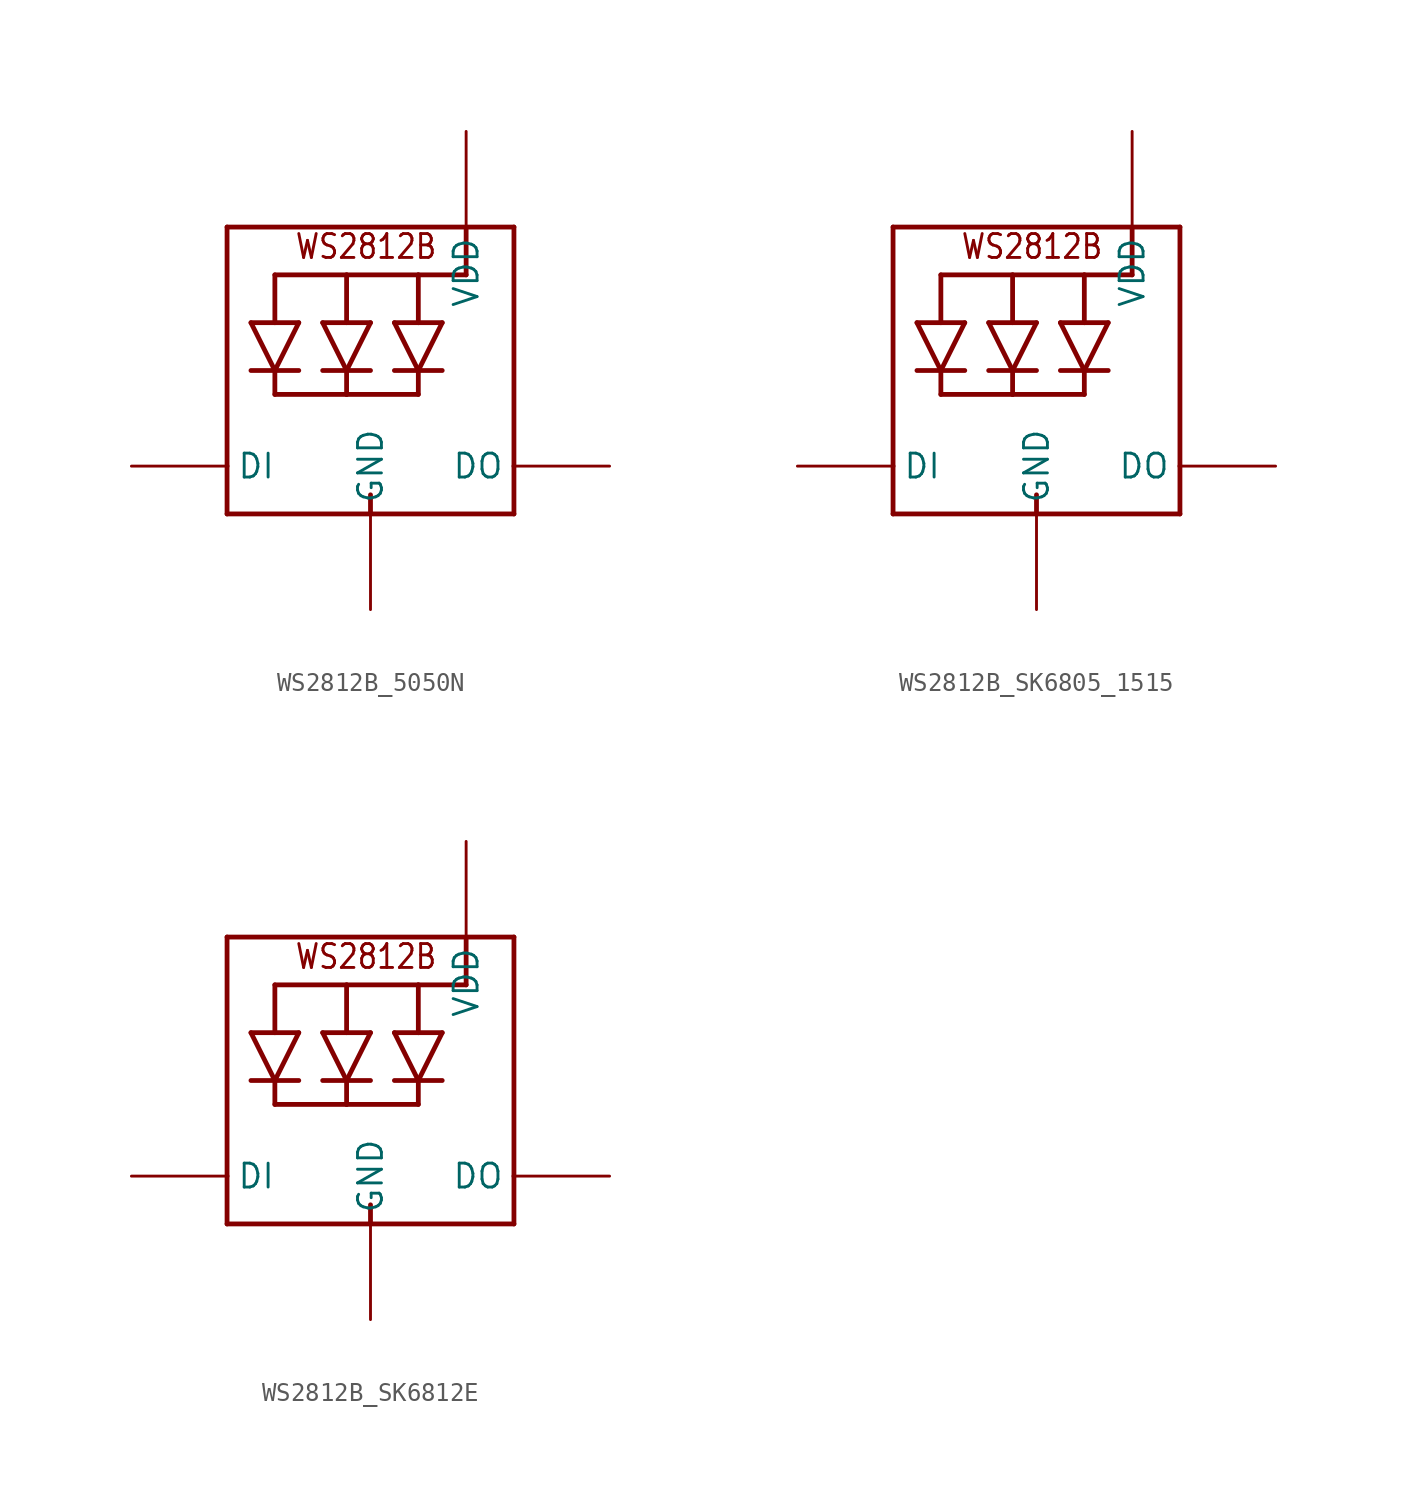
<source format=kicad_sym>
(kicad_symbol_lib
  (version 20211014)
  (generator kicad_symbol_editor)
  (symbol "WS2812B_5050N"
    (property "Reference" "LED"
      (at 0 0 0)
      (effects (font (size 1.27 1.27)) hide))
    (property "ki_locked" ""
      (at 0 0 0)
      (effects (font (size 1.27 1.27))))
    (symbol "WS2812B_5050N_1_0"
      (polyline (pts (xy -7.62 -5.08) (xy 0 -5.08)) (stroke (width 0.254) (type default) (color 0 0 0 0)) (fill (type none)))
      (polyline (pts (xy -7.62 -2.54) (xy -7.62 -5.08)) (stroke (width 0.254) (type default) (color 0 0 0 0)) (fill (type none)))
      (polyline (pts (xy -7.62 10.16) (xy -7.62 -2.54)) (stroke (width 0.254) (type default) (color 0 0 0 0)) (fill (type none)))
      (polyline (pts (xy -6.35 2.54) (xy -5.08 2.54)) (stroke (width 0.254) (type default) (color 0 0 0 0)) (fill (type none)))
      (polyline (pts (xy -6.35 5.08) (xy -5.08 5.08)) (stroke (width 0.254) (type default) (color 0 0 0 0)) (fill (type none)))
      (polyline (pts (xy -5.08 2.54) (xy -6.35 5.08)) (stroke (width 0.254) (type default) (color 0 0 0 0)) (fill (type none)))
      (polyline (pts (xy -5.08 2.54) (xy -5.08 1.27)) (stroke (width 0.254) (type default) (color 0 0 0 0)) (fill (type none)))
      (polyline (pts (xy -5.08 2.54) (xy -3.81 5.08)) (stroke (width 0.254) (type default) (color 0 0 0 0)) (fill (type none)))
      (polyline (pts (xy -5.08 5.08) (xy -3.81 5.08)) (stroke (width 0.254) (type default) (color 0 0 0 0)) (fill (type none)))
      (polyline (pts (xy -5.08 7.62) (xy -5.08 5.08)) (stroke (width 0.254) (type default) (color 0 0 0 0)) (fill (type none)))
      (polyline (pts (xy -3.81 2.54) (xy -5.08 2.54)) (stroke (width 0.254) (type default) (color 0 0 0 0)) (fill (type none)))
      (polyline (pts (xy -2.54 2.54) (xy -1.27 2.54)) (stroke (width 0.254) (type default) (color 0 0 0 0)) (fill (type none)))
      (polyline (pts (xy -2.54 5.08) (xy 0 5.08)) (stroke (width 0.254) (type default) (color 0 0 0 0)) (fill (type none)))
      (polyline (pts (xy -1.27 1.27) (xy -5.08 1.27)) (stroke (width 0.254) (type default) (color 0 0 0 0)) (fill (type none)))
      (polyline (pts (xy -1.27 2.54) (xy -2.54 5.08)) (stroke (width 0.254) (type default) (color 0 0 0 0)) (fill (type none)))
      (polyline (pts (xy -1.27 2.54) (xy -1.27 1.27)) (stroke (width 0.254) (type default) (color 0 0 0 0)) (fill (type none)))
      (polyline (pts (xy -1.27 2.54) (xy 0 2.54)) (stroke (width 0.254) (type default) (color 0 0 0 0)) (fill (type none)))
      (polyline (pts (xy -1.27 5.08) (xy -1.27 7.62)) (stroke (width 0.254) (type default) (color 0 0 0 0)) (fill (type none)))
      (polyline (pts (xy -1.27 7.62) (xy -5.08 7.62)) (stroke (width 0.254) (type default) (color 0 0 0 0)) (fill (type none)))
      (polyline (pts (xy 0 -5.08) (xy 7.62 -5.08)) (stroke (width 0.254) (type default) (color 0 0 0 0)) (fill (type none)))
      (polyline (pts (xy 0 -4.064) (xy 0 -5.08)) (stroke (width 0.254) (type default) (color 0 0 0 0)) (fill (type none)))
      (polyline (pts (xy 0 5.08) (xy -1.27 2.54)) (stroke (width 0.254) (type default) (color 0 0 0 0)) (fill (type none)))
      (polyline (pts (xy 1.27 5.08) (xy 2.54 2.54)) (stroke (width 0.254) (type default) (color 0 0 0 0)) (fill (type none)))
      (polyline (pts (xy 1.27 5.08) (xy 2.54 5.08)) (stroke (width 0.254) (type default) (color 0 0 0 0)) (fill (type none)))
      (polyline (pts (xy 2.54 1.27) (xy -1.27 1.27)) (stroke (width 0.254) (type default) (color 0 0 0 0)) (fill (type none)))
      (polyline (pts (xy 2.54 2.54) (xy 1.27 2.54)) (stroke (width 0.254) (type default) (color 0 0 0 0)) (fill (type none)))
      (polyline (pts (xy 2.54 2.54) (xy 2.54 1.27)) (stroke (width 0.254) (type default) (color 0 0 0 0)) (fill (type none)))
      (polyline (pts (xy 2.54 2.54) (xy 3.81 2.54)) (stroke (width 0.254) (type default) (color 0 0 0 0)) (fill (type none)))
      (polyline (pts (xy 2.54 2.54) (xy 3.81 5.08)) (stroke (width 0.254) (type default) (color 0 0 0 0)) (fill (type none)))
      (polyline (pts (xy 2.54 5.08) (xy 2.54 7.62)) (stroke (width 0.254) (type default) (color 0 0 0 0)) (fill (type none)))
      (polyline (pts (xy 2.54 7.62) (xy -1.27 7.62)) (stroke (width 0.254) (type default) (color 0 0 0 0)) (fill (type none)))
      (polyline (pts (xy 2.54 7.62) (xy 5.08 7.62)) (stroke (width 0.254) (type default) (color 0 0 0 0)) (fill (type none)))
      (polyline (pts (xy 3.81 5.08) (xy 2.54 5.08)) (stroke (width 0.254) (type default) (color 0 0 0 0)) (fill (type none)))
      (polyline (pts (xy 5.08 10.16) (xy -7.62 10.16)) (stroke (width 0.254) (type default) (color 0 0 0 0)) (fill (type none)))
      (polyline (pts (xy 5.08 10.16) (xy 5.08 7.62)) (stroke (width 0.254) (type default) (color 0 0 0 0)) (fill (type none)))
      (polyline (pts (xy 7.62 -5.08) (xy 7.62 -2.54)) (stroke (width 0.254) (type default) (color 0 0 0 0)) (fill (type none)))
      (polyline (pts (xy 7.62 -2.54) (xy 7.62 10.16)) (stroke (width 0.254) (type default) (color 0 0 0 0)) (fill (type none)))
      (polyline (pts (xy 7.62 10.16) (xy 5.08 10.16)) (stroke (width 0.254) (type default) (color 0 0 0 0)) (fill (type none)))
      (text "WS2812B" (at -4.064 8.382 0) (effects (font (size 1.27 1.079)) (justify left bottom)))
      (pin power_in line (at 5.08 15.24 270) (length 5.08) (name "VDD" (effects (font (size 1.27 1.27)))) (number "1-VDD" (effects (font (size 0 0)))))
      (pin output line (at 12.7 -2.54 180) (length 5.08) (name "DO" (effects (font (size 1.27 1.27)))) (number "2-DOUT" (effects (font (size 0 0)))))
      (pin power_in line (at 0 -10.16 90) (length 5.08) (name "GND" (effects (font (size 1.27 1.27)))) (number "3-GND" (effects (font (size 0 0)))))
      (pin input line (at -12.7 -2.54 0) (length 5.08) (name "DI" (effects (font (size 1.27 1.27)))) (number "4-DIN" (effects (font (size 0 0)))))))
  (symbol "WS2812B_SK6805_1515"
    (property "Reference" "LED"
      (at 0 0 0)
      (effects (font (size 1.27 1.27)) hide))
    (property "ki_locked" ""
      (at 0 0 0)
      (effects (font (size 1.27 1.27))))
    (symbol "WS2812B_SK6805_1515_1_0"
      (polyline (pts (xy -7.62 -5.08) (xy 0 -5.08)) (stroke (width 0.254) (type default) (color 0 0 0 0)) (fill (type none)))
      (polyline (pts (xy -7.62 -2.54) (xy -7.62 -5.08)) (stroke (width 0.254) (type default) (color 0 0 0 0)) (fill (type none)))
      (polyline (pts (xy -7.62 10.16) (xy -7.62 -2.54)) (stroke (width 0.254) (type default) (color 0 0 0 0)) (fill (type none)))
      (polyline (pts (xy -6.35 2.54) (xy -5.08 2.54)) (stroke (width 0.254) (type default) (color 0 0 0 0)) (fill (type none)))
      (polyline (pts (xy -6.35 5.08) (xy -5.08 5.08)) (stroke (width 0.254) (type default) (color 0 0 0 0)) (fill (type none)))
      (polyline (pts (xy -5.08 2.54) (xy -6.35 5.08)) (stroke (width 0.254) (type default) (color 0 0 0 0)) (fill (type none)))
      (polyline (pts (xy -5.08 2.54) (xy -5.08 1.27)) (stroke (width 0.254) (type default) (color 0 0 0 0)) (fill (type none)))
      (polyline (pts (xy -5.08 2.54) (xy -3.81 5.08)) (stroke (width 0.254) (type default) (color 0 0 0 0)) (fill (type none)))
      (polyline (pts (xy -5.08 5.08) (xy -3.81 5.08)) (stroke (width 0.254) (type default) (color 0 0 0 0)) (fill (type none)))
      (polyline (pts (xy -5.08 7.62) (xy -5.08 5.08)) (stroke (width 0.254) (type default) (color 0 0 0 0)) (fill (type none)))
      (polyline (pts (xy -3.81 2.54) (xy -5.08 2.54)) (stroke (width 0.254) (type default) (color 0 0 0 0)) (fill (type none)))
      (polyline (pts (xy -2.54 2.54) (xy -1.27 2.54)) (stroke (width 0.254) (type default) (color 0 0 0 0)) (fill (type none)))
      (polyline (pts (xy -2.54 5.08) (xy 0 5.08)) (stroke (width 0.254) (type default) (color 0 0 0 0)) (fill (type none)))
      (polyline (pts (xy -1.27 1.27) (xy -5.08 1.27)) (stroke (width 0.254) (type default) (color 0 0 0 0)) (fill (type none)))
      (polyline (pts (xy -1.27 2.54) (xy -2.54 5.08)) (stroke (width 0.254) (type default) (color 0 0 0 0)) (fill (type none)))
      (polyline (pts (xy -1.27 2.54) (xy -1.27 1.27)) (stroke (width 0.254) (type default) (color 0 0 0 0)) (fill (type none)))
      (polyline (pts (xy -1.27 2.54) (xy 0 2.54)) (stroke (width 0.254) (type default) (color 0 0 0 0)) (fill (type none)))
      (polyline (pts (xy -1.27 5.08) (xy -1.27 7.62)) (stroke (width 0.254) (type default) (color 0 0 0 0)) (fill (type none)))
      (polyline (pts (xy -1.27 7.62) (xy -5.08 7.62)) (stroke (width 0.254) (type default) (color 0 0 0 0)) (fill (type none)))
      (polyline (pts (xy 0 -5.08) (xy 7.62 -5.08)) (stroke (width 0.254) (type default) (color 0 0 0 0)) (fill (type none)))
      (polyline (pts (xy 0 -4.064) (xy 0 -5.08)) (stroke (width 0.254) (type default) (color 0 0 0 0)) (fill (type none)))
      (polyline (pts (xy 0 5.08) (xy -1.27 2.54)) (stroke (width 0.254) (type default) (color 0 0 0 0)) (fill (type none)))
      (polyline (pts (xy 1.27 5.08) (xy 2.54 2.54)) (stroke (width 0.254) (type default) (color 0 0 0 0)) (fill (type none)))
      (polyline (pts (xy 1.27 5.08) (xy 2.54 5.08)) (stroke (width 0.254) (type default) (color 0 0 0 0)) (fill (type none)))
      (polyline (pts (xy 2.54 1.27) (xy -1.27 1.27)) (stroke (width 0.254) (type default) (color 0 0 0 0)) (fill (type none)))
      (polyline (pts (xy 2.54 2.54) (xy 1.27 2.54)) (stroke (width 0.254) (type default) (color 0 0 0 0)) (fill (type none)))
      (polyline (pts (xy 2.54 2.54) (xy 2.54 1.27)) (stroke (width 0.254) (type default) (color 0 0 0 0)) (fill (type none)))
      (polyline (pts (xy 2.54 2.54) (xy 3.81 2.54)) (stroke (width 0.254) (type default) (color 0 0 0 0)) (fill (type none)))
      (polyline (pts (xy 2.54 2.54) (xy 3.81 5.08)) (stroke (width 0.254) (type default) (color 0 0 0 0)) (fill (type none)))
      (polyline (pts (xy 2.54 5.08) (xy 2.54 7.62)) (stroke (width 0.254) (type default) (color 0 0 0 0)) (fill (type none)))
      (polyline (pts (xy 2.54 7.62) (xy -1.27 7.62)) (stroke (width 0.254) (type default) (color 0 0 0 0)) (fill (type none)))
      (polyline (pts (xy 2.54 7.62) (xy 5.08 7.62)) (stroke (width 0.254) (type default) (color 0 0 0 0)) (fill (type none)))
      (polyline (pts (xy 3.81 5.08) (xy 2.54 5.08)) (stroke (width 0.254) (type default) (color 0 0 0 0)) (fill (type none)))
      (polyline (pts (xy 5.08 10.16) (xy -7.62 10.16)) (stroke (width 0.254) (type default) (color 0 0 0 0)) (fill (type none)))
      (polyline (pts (xy 5.08 10.16) (xy 5.08 7.62)) (stroke (width 0.254) (type default) (color 0 0 0 0)) (fill (type none)))
      (polyline (pts (xy 7.62 -5.08) (xy 7.62 -2.54)) (stroke (width 0.254) (type default) (color 0 0 0 0)) (fill (type none)))
      (polyline (pts (xy 7.62 -2.54) (xy 7.62 10.16)) (stroke (width 0.254) (type default) (color 0 0 0 0)) (fill (type none)))
      (polyline (pts (xy 7.62 10.16) (xy 5.08 10.16)) (stroke (width 0.254) (type default) (color 0 0 0 0)) (fill (type none)))
      (text "WS2812B" (at -4.064 8.382 0) (effects (font (size 1.27 1.079)) (justify left bottom)))
      (pin input line (at -12.7 -2.54 0) (length 5.08) (name "DI" (effects (font (size 1.27 1.27)))) (number "1" (effects (font (size 0 0)))))
      (pin power_in line (at 5.08 15.24 270) (length 5.08) (name "VDD" (effects (font (size 1.27 1.27)))) (number "2" (effects (font (size 0 0)))))
      (pin output line (at 12.7 -2.54 180) (length 5.08) (name "DO" (effects (font (size 1.27 1.27)))) (number "3" (effects (font (size 0 0)))))
      (pin power_in line (at 0 -10.16 90) (length 5.08) (name "GND" (effects (font (size 1.27 1.27)))) (number "4" (effects (font (size 0 0)))))))
  (symbol "WS2812B_SK6812E"
    (property "Reference" "LED"
      (at 0 0 0)
      (effects (font (size 1.27 1.27)) hide))
    (property "ki_locked" ""
      (at 0 0 0)
      (effects (font (size 1.27 1.27))))
    (symbol "WS2812B_SK6812E_1_0"
      (polyline (pts (xy -7.62 -5.08) (xy 0 -5.08)) (stroke (width 0.254) (type default) (color 0 0 0 0)) (fill (type none)))
      (polyline (pts (xy -7.62 -2.54) (xy -7.62 -5.08)) (stroke (width 0.254) (type default) (color 0 0 0 0)) (fill (type none)))
      (polyline (pts (xy -7.62 10.16) (xy -7.62 -2.54)) (stroke (width 0.254) (type default) (color 0 0 0 0)) (fill (type none)))
      (polyline (pts (xy -6.35 2.54) (xy -5.08 2.54)) (stroke (width 0.254) (type default) (color 0 0 0 0)) (fill (type none)))
      (polyline (pts (xy -6.35 5.08) (xy -5.08 5.08)) (stroke (width 0.254) (type default) (color 0 0 0 0)) (fill (type none)))
      (polyline (pts (xy -5.08 2.54) (xy -6.35 5.08)) (stroke (width 0.254) (type default) (color 0 0 0 0)) (fill (type none)))
      (polyline (pts (xy -5.08 2.54) (xy -5.08 1.27)) (stroke (width 0.254) (type default) (color 0 0 0 0)) (fill (type none)))
      (polyline (pts (xy -5.08 2.54) (xy -3.81 5.08)) (stroke (width 0.254) (type default) (color 0 0 0 0)) (fill (type none)))
      (polyline (pts (xy -5.08 5.08) (xy -3.81 5.08)) (stroke (width 0.254) (type default) (color 0 0 0 0)) (fill (type none)))
      (polyline (pts (xy -5.08 7.62) (xy -5.08 5.08)) (stroke (width 0.254) (type default) (color 0 0 0 0)) (fill (type none)))
      (polyline (pts (xy -3.81 2.54) (xy -5.08 2.54)) (stroke (width 0.254) (type default) (color 0 0 0 0)) (fill (type none)))
      (polyline (pts (xy -2.54 2.54) (xy -1.27 2.54)) (stroke (width 0.254) (type default) (color 0 0 0 0)) (fill (type none)))
      (polyline (pts (xy -2.54 5.08) (xy 0 5.08)) (stroke (width 0.254) (type default) (color 0 0 0 0)) (fill (type none)))
      (polyline (pts (xy -1.27 1.27) (xy -5.08 1.27)) (stroke (width 0.254) (type default) (color 0 0 0 0)) (fill (type none)))
      (polyline (pts (xy -1.27 2.54) (xy -2.54 5.08)) (stroke (width 0.254) (type default) (color 0 0 0 0)) (fill (type none)))
      (polyline (pts (xy -1.27 2.54) (xy -1.27 1.27)) (stroke (width 0.254) (type default) (color 0 0 0 0)) (fill (type none)))
      (polyline (pts (xy -1.27 2.54) (xy 0 2.54)) (stroke (width 0.254) (type default) (color 0 0 0 0)) (fill (type none)))
      (polyline (pts (xy -1.27 5.08) (xy -1.27 7.62)) (stroke (width 0.254) (type default) (color 0 0 0 0)) (fill (type none)))
      (polyline (pts (xy -1.27 7.62) (xy -5.08 7.62)) (stroke (width 0.254) (type default) (color 0 0 0 0)) (fill (type none)))
      (polyline (pts (xy 0 -5.08) (xy 7.62 -5.08)) (stroke (width 0.254) (type default) (color 0 0 0 0)) (fill (type none)))
      (polyline (pts (xy 0 -4.064) (xy 0 -5.08)) (stroke (width 0.254) (type default) (color 0 0 0 0)) (fill (type none)))
      (polyline (pts (xy 0 5.08) (xy -1.27 2.54)) (stroke (width 0.254) (type default) (color 0 0 0 0)) (fill (type none)))
      (polyline (pts (xy 1.27 5.08) (xy 2.54 2.54)) (stroke (width 0.254) (type default) (color 0 0 0 0)) (fill (type none)))
      (polyline (pts (xy 1.27 5.08) (xy 2.54 5.08)) (stroke (width 0.254) (type default) (color 0 0 0 0)) (fill (type none)))
      (polyline (pts (xy 2.54 1.27) (xy -1.27 1.27)) (stroke (width 0.254) (type default) (color 0 0 0 0)) (fill (type none)))
      (polyline (pts (xy 2.54 2.54) (xy 1.27 2.54)) (stroke (width 0.254) (type default) (color 0 0 0 0)) (fill (type none)))
      (polyline (pts (xy 2.54 2.54) (xy 2.54 1.27)) (stroke (width 0.254) (type default) (color 0 0 0 0)) (fill (type none)))
      (polyline (pts (xy 2.54 2.54) (xy 3.81 2.54)) (stroke (width 0.254) (type default) (color 0 0 0 0)) (fill (type none)))
      (polyline (pts (xy 2.54 2.54) (xy 3.81 5.08)) (stroke (width 0.254) (type default) (color 0 0 0 0)) (fill (type none)))
      (polyline (pts (xy 2.54 5.08) (xy 2.54 7.62)) (stroke (width 0.254) (type default) (color 0 0 0 0)) (fill (type none)))
      (polyline (pts (xy 2.54 7.62) (xy -1.27 7.62)) (stroke (width 0.254) (type default) (color 0 0 0 0)) (fill (type none)))
      (polyline (pts (xy 2.54 7.62) (xy 5.08 7.62)) (stroke (width 0.254) (type default) (color 0 0 0 0)) (fill (type none)))
      (polyline (pts (xy 3.81 5.08) (xy 2.54 5.08)) (stroke (width 0.254) (type default) (color 0 0 0 0)) (fill (type none)))
      (polyline (pts (xy 5.08 10.16) (xy -7.62 10.16)) (stroke (width 0.254) (type default) (color 0 0 0 0)) (fill (type none)))
      (polyline (pts (xy 5.08 10.16) (xy 5.08 7.62)) (stroke (width 0.254) (type default) (color 0 0 0 0)) (fill (type none)))
      (polyline (pts (xy 7.62 -5.08) (xy 7.62 -2.54)) (stroke (width 0.254) (type default) (color 0 0 0 0)) (fill (type none)))
      (polyline (pts (xy 7.62 -2.54) (xy 7.62 10.16)) (stroke (width 0.254) (type default) (color 0 0 0 0)) (fill (type none)))
      (polyline (pts (xy 7.62 10.16) (xy 5.08 10.16)) (stroke (width 0.254) (type default) (color 0 0 0 0)) (fill (type none)))
      (text "WS2812B" (at -4.064 8.382 0) (effects (font (size 1.27 1.079)) (justify left bottom)))
      (pin power_in line (at 5.08 15.24 270) (length 5.08) (name "VDD" (effects (font (size 1.27 1.27)))) (number "1-VDD" (effects (font (size 0 0)))))
      (pin output line (at 12.7 -2.54 180) (length 5.08) (name "DO" (effects (font (size 1.27 1.27)))) (number "2-DOUT" (effects (font (size 0 0)))))
      (pin power_in line (at 0 -10.16 90) (length 5.08) (name "GND" (effects (font (size 1.27 1.27)))) (number "3-GND" (effects (font (size 0 0)))))
      (pin input line (at -12.7 -2.54 0) (length 5.08) (name "DI" (effects (font (size 1.27 1.27)))) (number "4-DIN" (effects (font (size 0 0))))))))
</source>
